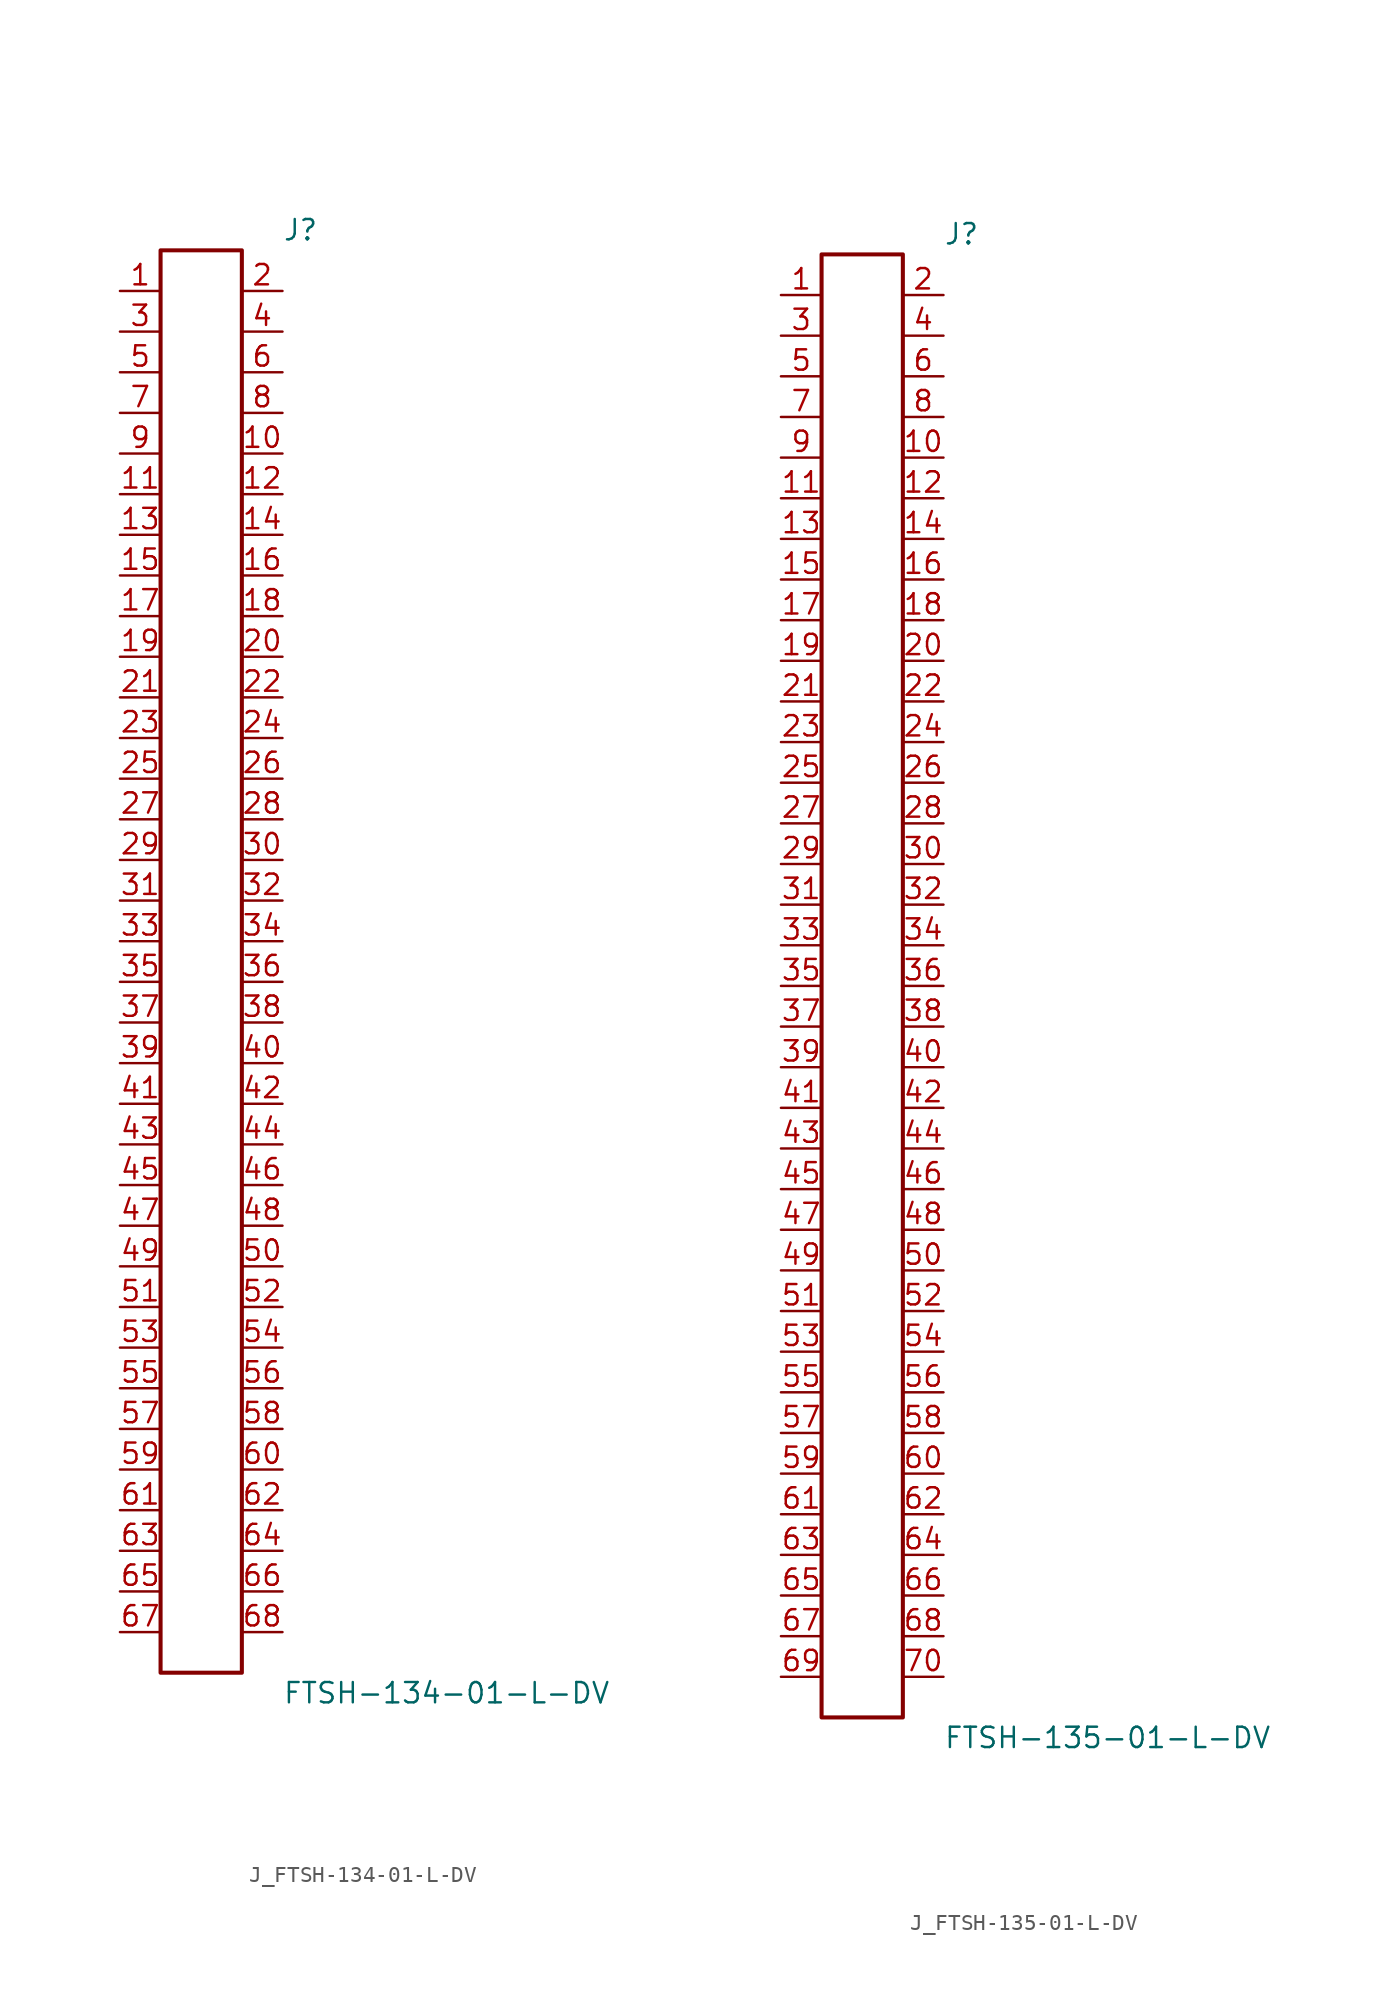
<source format=kicad_sym>
(kicad_symbol_lib
  (version 20231120)
  (generator kicad_symbol_editor)
  (generator_version 8.0)
  (symbol "J_FTSH-134-01-L-DV"
    (pin_names
      (offset 0.254))
    (property "Reference" "J"
      (at 5.08 45.72 0)
      (effects (font (size 1.27 1.27)) (justify left)))
    (property "Value" "FTSH-134-01-L-DV"
      (at 5.08 -45.72 0)
      (effects (font (size 1.27 1.27)) (justify left)))
    (symbol "J_FTSH-134-01-L-DV_0_0"
      (pin passive line (at -5.08 41.91 0) (length 2.54) (name "" (effects (font (size 1.27 1.27)))) (number "1" (effects (font (size 1.27 1.27)))))
      (pin passive line (at 5.08 41.91 180) (length 2.54) (name "" (effects (font (size 1.27 1.27)))) (number "2" (effects (font (size 1.27 1.27)))))
      (pin passive line (at -5.08 39.37 0) (length 2.54) (name "" (effects (font (size 1.27 1.27)))) (number "3" (effects (font (size 1.27 1.27)))))
      (pin passive line (at 5.08 39.37 180) (length 2.54) (name "" (effects (font (size 1.27 1.27)))) (number "4" (effects (font (size 1.27 1.27)))))
      (pin passive line (at -5.08 36.83 0) (length 2.54) (name "" (effects (font (size 1.27 1.27)))) (number "5" (effects (font (size 1.27 1.27)))))
      (pin passive line (at 5.08 36.83 180) (length 2.54) (name "" (effects (font (size 1.27 1.27)))) (number "6" (effects (font (size 1.27 1.27)))))
      (pin passive line (at -5.08 34.29 0) (length 2.54) (name "" (effects (font (size 1.27 1.27)))) (number "7" (effects (font (size 1.27 1.27)))))
      (pin passive line (at 5.08 34.29 180) (length 2.54) (name "" (effects (font (size 1.27 1.27)))) (number "8" (effects (font (size 1.27 1.27)))))
      (pin passive line (at -5.08 31.75 0) (length 2.54) (name "" (effects (font (size 1.27 1.27)))) (number "9" (effects (font (size 1.27 1.27)))))
      (pin passive line (at 5.08 31.75 180) (length 2.54) (name "" (effects (font (size 1.27 1.27)))) (number "10" (effects (font (size 1.27 1.27)))))
      (pin passive line (at -5.08 29.21 0) (length 2.54) (name "" (effects (font (size 1.27 1.27)))) (number "11" (effects (font (size 1.27 1.27)))))
      (pin passive line (at 5.08 29.21 180) (length 2.54) (name "" (effects (font (size 1.27 1.27)))) (number "12" (effects (font (size 1.27 1.27)))))
      (pin passive line (at -5.08 26.67 0) (length 2.54) (name "" (effects (font (size 1.27 1.27)))) (number "13" (effects (font (size 1.27 1.27)))))
      (pin passive line (at 5.08 26.67 180) (length 2.54) (name "" (effects (font (size 1.27 1.27)))) (number "14" (effects (font (size 1.27 1.27)))))
      (pin passive line (at -5.08 24.13 0) (length 2.54) (name "" (effects (font (size 1.27 1.27)))) (number "15" (effects (font (size 1.27 1.27)))))
      (pin passive line (at 5.08 24.13 180) (length 2.54) (name "" (effects (font (size 1.27 1.27)))) (number "16" (effects (font (size 1.27 1.27)))))
      (pin passive line (at -5.08 21.59 0) (length 2.54) (name "" (effects (font (size 1.27 1.27)))) (number "17" (effects (font (size 1.27 1.27)))))
      (pin passive line (at 5.08 21.59 180) (length 2.54) (name "" (effects (font (size 1.27 1.27)))) (number "18" (effects (font (size 1.27 1.27)))))
      (pin passive line (at -5.08 19.05 0) (length 2.54) (name "" (effects (font (size 1.27 1.27)))) (number "19" (effects (font (size 1.27 1.27)))))
      (pin passive line (at 5.08 19.05 180) (length 2.54) (name "" (effects (font (size 1.27 1.27)))) (number "20" (effects (font (size 1.27 1.27)))))
      (pin passive line (at -5.08 16.51 0) (length 2.54) (name "" (effects (font (size 1.27 1.27)))) (number "21" (effects (font (size 1.27 1.27)))))
      (pin passive line (at 5.08 16.51 180) (length 2.54) (name "" (effects (font (size 1.27 1.27)))) (number "22" (effects (font (size 1.27 1.27)))))
      (pin passive line (at -5.08 13.97 0) (length 2.54) (name "" (effects (font (size 1.27 1.27)))) (number "23" (effects (font (size 1.27 1.27)))))
      (pin passive line (at 5.08 13.97 180) (length 2.54) (name "" (effects (font (size 1.27 1.27)))) (number "24" (effects (font (size 1.27 1.27)))))
      (pin passive line (at -5.08 11.43 0) (length 2.54) (name "" (effects (font (size 1.27 1.27)))) (number "25" (effects (font (size 1.27 1.27)))))
      (pin passive line (at 5.08 11.43 180) (length 2.54) (name "" (effects (font (size 1.27 1.27)))) (number "26" (effects (font (size 1.27 1.27)))))
      (pin passive line (at -5.08 8.89 0) (length 2.54) (name "" (effects (font (size 1.27 1.27)))) (number "27" (effects (font (size 1.27 1.27)))))
      (pin passive line (at 5.08 8.89 180) (length 2.54) (name "" (effects (font (size 1.27 1.27)))) (number "28" (effects (font (size 1.27 1.27)))))
      (pin passive line (at -5.08 6.35 0) (length 2.54) (name "" (effects (font (size 1.27 1.27)))) (number "29" (effects (font (size 1.27 1.27)))))
      (pin passive line (at 5.08 6.35 180) (length 2.54) (name "" (effects (font (size 1.27 1.27)))) (number "30" (effects (font (size 1.27 1.27)))))
      (pin passive line (at -5.08 3.81 0) (length 2.54) (name "" (effects (font (size 1.27 1.27)))) (number "31" (effects (font (size 1.27 1.27)))))
      (pin passive line (at 5.08 3.81 180) (length 2.54) (name "" (effects (font (size 1.27 1.27)))) (number "32" (effects (font (size 1.27 1.27)))))
      (pin passive line (at -5.08 1.27 0) (length 2.54) (name "" (effects (font (size 1.27 1.27)))) (number "33" (effects (font (size 1.27 1.27)))))
      (pin passive line (at 5.08 1.27 180) (length 2.54) (name "" (effects (font (size 1.27 1.27)))) (number "34" (effects (font (size 1.27 1.27)))))
      (pin passive line (at -5.08 -1.27 0) (length 2.54) (name "" (effects (font (size 1.27 1.27)))) (number "35" (effects (font (size 1.27 1.27)))))
      (pin passive line (at 5.08 -1.27 180) (length 2.54) (name "" (effects (font (size 1.27 1.27)))) (number "36" (effects (font (size 1.27 1.27)))))
      (pin passive line (at -5.08 -3.81 0) (length 2.54) (name "" (effects (font (size 1.27 1.27)))) (number "37" (effects (font (size 1.27 1.27)))))
      (pin passive line (at 5.08 -3.81 180) (length 2.54) (name "" (effects (font (size 1.27 1.27)))) (number "38" (effects (font (size 1.27 1.27)))))
      (pin passive line (at -5.08 -6.35 0) (length 2.54) (name "" (effects (font (size 1.27 1.27)))) (number "39" (effects (font (size 1.27 1.27)))))
      (pin passive line (at 5.08 -6.35 180) (length 2.54) (name "" (effects (font (size 1.27 1.27)))) (number "40" (effects (font (size 1.27 1.27)))))
      (pin passive line (at -5.08 -8.89 0) (length 2.54) (name "" (effects (font (size 1.27 1.27)))) (number "41" (effects (font (size 1.27 1.27)))))
      (pin passive line (at 5.08 -8.89 180) (length 2.54) (name "" (effects (font (size 1.27 1.27)))) (number "42" (effects (font (size 1.27 1.27)))))
      (pin passive line (at -5.08 -11.43 0) (length 2.54) (name "" (effects (font (size 1.27 1.27)))) (number "43" (effects (font (size 1.27 1.27)))))
      (pin passive line (at 5.08 -11.43 180) (length 2.54) (name "" (effects (font (size 1.27 1.27)))) (number "44" (effects (font (size 1.27 1.27)))))
      (pin passive line (at -5.08 -13.97 0) (length 2.54) (name "" (effects (font (size 1.27 1.27)))) (number "45" (effects (font (size 1.27 1.27)))))
      (pin passive line (at 5.08 -13.97 180) (length 2.54) (name "" (effects (font (size 1.27 1.27)))) (number "46" (effects (font (size 1.27 1.27)))))
      (pin passive line (at -5.08 -16.51 0) (length 2.54) (name "" (effects (font (size 1.27 1.27)))) (number "47" (effects (font (size 1.27 1.27)))))
      (pin passive line (at 5.08 -16.51 180) (length 2.54) (name "" (effects (font (size 1.27 1.27)))) (number "48" (effects (font (size 1.27 1.27)))))
      (pin passive line (at -5.08 -19.05 0) (length 2.54) (name "" (effects (font (size 1.27 1.27)))) (number "49" (effects (font (size 1.27 1.27)))))
      (pin passive line (at 5.08 -19.05 180) (length 2.54) (name "" (effects (font (size 1.27 1.27)))) (number "50" (effects (font (size 1.27 1.27)))))
      (pin passive line (at -5.08 -21.59 0) (length 2.54) (name "" (effects (font (size 1.27 1.27)))) (number "51" (effects (font (size 1.27 1.27)))))
      (pin passive line (at 5.08 -21.59 180) (length 2.54) (name "" (effects (font (size 1.27 1.27)))) (number "52" (effects (font (size 1.27 1.27)))))
      (pin passive line (at -5.08 -24.13 0) (length 2.54) (name "" (effects (font (size 1.27 1.27)))) (number "53" (effects (font (size 1.27 1.27)))))
      (pin passive line (at 5.08 -24.13 180) (length 2.54) (name "" (effects (font (size 1.27 1.27)))) (number "54" (effects (font (size 1.27 1.27)))))
      (pin passive line (at -5.08 -26.67 0) (length 2.54) (name "" (effects (font (size 1.27 1.27)))) (number "55" (effects (font (size 1.27 1.27)))))
      (pin passive line (at 5.08 -26.67 180) (length 2.54) (name "" (effects (font (size 1.27 1.27)))) (number "56" (effects (font (size 1.27 1.27)))))
      (pin passive line (at -5.08 -29.21 0) (length 2.54) (name "" (effects (font (size 1.27 1.27)))) (number "57" (effects (font (size 1.27 1.27)))))
      (pin passive line (at 5.08 -29.21 180) (length 2.54) (name "" (effects (font (size 1.27 1.27)))) (number "58" (effects (font (size 1.27 1.27)))))
      (pin passive line (at -5.08 -31.75 0) (length 2.54) (name "" (effects (font (size 1.27 1.27)))) (number "59" (effects (font (size 1.27 1.27)))))
      (pin passive line (at 5.08 -31.75 180) (length 2.54) (name "" (effects (font (size 1.27 1.27)))) (number "60" (effects (font (size 1.27 1.27)))))
      (pin passive line (at -5.08 -34.29 0) (length 2.54) (name "" (effects (font (size 1.27 1.27)))) (number "61" (effects (font (size 1.27 1.27)))))
      (pin passive line (at 5.08 -34.29 180) (length 2.54) (name "" (effects (font (size 1.27 1.27)))) (number "62" (effects (font (size 1.27 1.27)))))
      (pin passive line (at -5.08 -36.83 0) (length 2.54) (name "" (effects (font (size 1.27 1.27)))) (number "63" (effects (font (size 1.27 1.27)))))
      (pin passive line (at 5.08 -36.83 180) (length 2.54) (name "" (effects (font (size 1.27 1.27)))) (number "64" (effects (font (size 1.27 1.27)))))
      (pin passive line (at -5.08 -39.37 0) (length 2.54) (name "" (effects (font (size 1.27 1.27)))) (number "65" (effects (font (size 1.27 1.27)))))
      (pin passive line (at 5.08 -39.37 180) (length 2.54) (name "" (effects (font (size 1.27 1.27)))) (number "66" (effects (font (size 1.27 1.27)))))
      (pin passive line (at -5.08 -41.91 0) (length 2.54) (name "" (effects (font (size 1.27 1.27)))) (number "67" (effects (font (size 1.27 1.27)))))
      (pin passive line (at 5.08 -41.91 180) (length 2.54) (name "" (effects (font (size 1.27 1.27)))) (number "68" (effects (font (size 1.27 1.27))))))
    (symbol "J_FTSH-134-01-L-DV_1_0"
      (rectangle (start -2.54 44.45) (end 2.54 -44.45) (stroke (width 0.254) (type solid)) (fill (type none)))))
  (symbol "J_FTSH-135-01-L-DV"
    (pin_names
      (offset 0.254))
    (property "Reference" "J"
      (at 5.08 46.99 0)
      (effects (font (size 1.27 1.27)) (justify left)))
    (property "Value" "FTSH-135-01-L-DV"
      (at 5.08 -46.99 0)
      (effects (font (size 1.27 1.27)) (justify left)))
    (symbol "J_FTSH-135-01-L-DV_0_0"
      (pin passive line (at -5.08 43.18 0) (length 2.54) (name "" (effects (font (size 1.27 1.27)))) (number "1" (effects (font (size 1.27 1.27)))))
      (pin passive line (at 5.08 43.18 180) (length 2.54) (name "" (effects (font (size 1.27 1.27)))) (number "2" (effects (font (size 1.27 1.27)))))
      (pin passive line (at -5.08 40.64 0) (length 2.54) (name "" (effects (font (size 1.27 1.27)))) (number "3" (effects (font (size 1.27 1.27)))))
      (pin passive line (at 5.08 40.64 180) (length 2.54) (name "" (effects (font (size 1.27 1.27)))) (number "4" (effects (font (size 1.27 1.27)))))
      (pin passive line (at -5.08 38.1 0) (length 2.54) (name "" (effects (font (size 1.27 1.27)))) (number "5" (effects (font (size 1.27 1.27)))))
      (pin passive line (at 5.08 38.1 180) (length 2.54) (name "" (effects (font (size 1.27 1.27)))) (number "6" (effects (font (size 1.27 1.27)))))
      (pin passive line (at -5.08 35.56 0) (length 2.54) (name "" (effects (font (size 1.27 1.27)))) (number "7" (effects (font (size 1.27 1.27)))))
      (pin passive line (at 5.08 35.56 180) (length 2.54) (name "" (effects (font (size 1.27 1.27)))) (number "8" (effects (font (size 1.27 1.27)))))
      (pin passive line (at -5.08 33.02 0) (length 2.54) (name "" (effects (font (size 1.27 1.27)))) (number "9" (effects (font (size 1.27 1.27)))))
      (pin passive line (at 5.08 33.02 180) (length 2.54) (name "" (effects (font (size 1.27 1.27)))) (number "10" (effects (font (size 1.27 1.27)))))
      (pin passive line (at -5.08 30.48 0) (length 2.54) (name "" (effects (font (size 1.27 1.27)))) (number "11" (effects (font (size 1.27 1.27)))))
      (pin passive line (at 5.08 30.48 180) (length 2.54) (name "" (effects (font (size 1.27 1.27)))) (number "12" (effects (font (size 1.27 1.27)))))
      (pin passive line (at -5.08 27.94 0) (length 2.54) (name "" (effects (font (size 1.27 1.27)))) (number "13" (effects (font (size 1.27 1.27)))))
      (pin passive line (at 5.08 27.94 180) (length 2.54) (name "" (effects (font (size 1.27 1.27)))) (number "14" (effects (font (size 1.27 1.27)))))
      (pin passive line (at -5.08 25.4 0) (length 2.54) (name "" (effects (font (size 1.27 1.27)))) (number "15" (effects (font (size 1.27 1.27)))))
      (pin passive line (at 5.08 25.4 180) (length 2.54) (name "" (effects (font (size 1.27 1.27)))) (number "16" (effects (font (size 1.27 1.27)))))
      (pin passive line (at -5.08 22.86 0) (length 2.54) (name "" (effects (font (size 1.27 1.27)))) (number "17" (effects (font (size 1.27 1.27)))))
      (pin passive line (at 5.08 22.86 180) (length 2.54) (name "" (effects (font (size 1.27 1.27)))) (number "18" (effects (font (size 1.27 1.27)))))
      (pin passive line (at -5.08 20.32 0) (length 2.54) (name "" (effects (font (size 1.27 1.27)))) (number "19" (effects (font (size 1.27 1.27)))))
      (pin passive line (at 5.08 20.32 180) (length 2.54) (name "" (effects (font (size 1.27 1.27)))) (number "20" (effects (font (size 1.27 1.27)))))
      (pin passive line (at -5.08 17.78 0) (length 2.54) (name "" (effects (font (size 1.27 1.27)))) (number "21" (effects (font (size 1.27 1.27)))))
      (pin passive line (at 5.08 17.78 180) (length 2.54) (name "" (effects (font (size 1.27 1.27)))) (number "22" (effects (font (size 1.27 1.27)))))
      (pin passive line (at -5.08 15.24 0) (length 2.54) (name "" (effects (font (size 1.27 1.27)))) (number "23" (effects (font (size 1.27 1.27)))))
      (pin passive line (at 5.08 15.24 180) (length 2.54) (name "" (effects (font (size 1.27 1.27)))) (number "24" (effects (font (size 1.27 1.27)))))
      (pin passive line (at -5.08 12.7 0) (length 2.54) (name "" (effects (font (size 1.27 1.27)))) (number "25" (effects (font (size 1.27 1.27)))))
      (pin passive line (at 5.08 12.7 180) (length 2.54) (name "" (effects (font (size 1.27 1.27)))) (number "26" (effects (font (size 1.27 1.27)))))
      (pin passive line (at -5.08 10.16 0) (length 2.54) (name "" (effects (font (size 1.27 1.27)))) (number "27" (effects (font (size 1.27 1.27)))))
      (pin passive line (at 5.08 10.16 180) (length 2.54) (name "" (effects (font (size 1.27 1.27)))) (number "28" (effects (font (size 1.27 1.27)))))
      (pin passive line (at -5.08 7.62 0) (length 2.54) (name "" (effects (font (size 1.27 1.27)))) (number "29" (effects (font (size 1.27 1.27)))))
      (pin passive line (at 5.08 7.62 180) (length 2.54) (name "" (effects (font (size 1.27 1.27)))) (number "30" (effects (font (size 1.27 1.27)))))
      (pin passive line (at -5.08 5.08 0) (length 2.54) (name "" (effects (font (size 1.27 1.27)))) (number "31" (effects (font (size 1.27 1.27)))))
      (pin passive line (at 5.08 5.08 180) (length 2.54) (name "" (effects (font (size 1.27 1.27)))) (number "32" (effects (font (size 1.27 1.27)))))
      (pin passive line (at -5.08 2.54 0) (length 2.54) (name "" (effects (font (size 1.27 1.27)))) (number "33" (effects (font (size 1.27 1.27)))))
      (pin passive line (at 5.08 2.54 180) (length 2.54) (name "" (effects (font (size 1.27 1.27)))) (number "34" (effects (font (size 1.27 1.27)))))
      (pin passive line (at -5.08 0.0 0) (length 2.54) (name "" (effects (font (size 1.27 1.27)))) (number "35" (effects (font (size 1.27 1.27)))))
      (pin passive line (at 5.08 0.0 180) (length 2.54) (name "" (effects (font (size 1.27 1.27)))) (number "36" (effects (font (size 1.27 1.27)))))
      (pin passive line (at -5.08 -2.54 0) (length 2.54) (name "" (effects (font (size 1.27 1.27)))) (number "37" (effects (font (size 1.27 1.27)))))
      (pin passive line (at 5.08 -2.54 180) (length 2.54) (name "" (effects (font (size 1.27 1.27)))) (number "38" (effects (font (size 1.27 1.27)))))
      (pin passive line (at -5.08 -5.08 0) (length 2.54) (name "" (effects (font (size 1.27 1.27)))) (number "39" (effects (font (size 1.27 1.27)))))
      (pin passive line (at 5.08 -5.08 180) (length 2.54) (name "" (effects (font (size 1.27 1.27)))) (number "40" (effects (font (size 1.27 1.27)))))
      (pin passive line (at -5.08 -7.62 0) (length 2.54) (name "" (effects (font (size 1.27 1.27)))) (number "41" (effects (font (size 1.27 1.27)))))
      (pin passive line (at 5.08 -7.62 180) (length 2.54) (name "" (effects (font (size 1.27 1.27)))) (number "42" (effects (font (size 1.27 1.27)))))
      (pin passive line (at -5.08 -10.16 0) (length 2.54) (name "" (effects (font (size 1.27 1.27)))) (number "43" (effects (font (size 1.27 1.27)))))
      (pin passive line (at 5.08 -10.16 180) (length 2.54) (name "" (effects (font (size 1.27 1.27)))) (number "44" (effects (font (size 1.27 1.27)))))
      (pin passive line (at -5.08 -12.7 0) (length 2.54) (name "" (effects (font (size 1.27 1.27)))) (number "45" (effects (font (size 1.27 1.27)))))
      (pin passive line (at 5.08 -12.7 180) (length 2.54) (name "" (effects (font (size 1.27 1.27)))) (number "46" (effects (font (size 1.27 1.27)))))
      (pin passive line (at -5.08 -15.24 0) (length 2.54) (name "" (effects (font (size 1.27 1.27)))) (number "47" (effects (font (size 1.27 1.27)))))
      (pin passive line (at 5.08 -15.24 180) (length 2.54) (name "" (effects (font (size 1.27 1.27)))) (number "48" (effects (font (size 1.27 1.27)))))
      (pin passive line (at -5.08 -17.78 0) (length 2.54) (name "" (effects (font (size 1.27 1.27)))) (number "49" (effects (font (size 1.27 1.27)))))
      (pin passive line (at 5.08 -17.78 180) (length 2.54) (name "" (effects (font (size 1.27 1.27)))) (number "50" (effects (font (size 1.27 1.27)))))
      (pin passive line (at -5.08 -20.32 0) (length 2.54) (name "" (effects (font (size 1.27 1.27)))) (number "51" (effects (font (size 1.27 1.27)))))
      (pin passive line (at 5.08 -20.32 180) (length 2.54) (name "" (effects (font (size 1.27 1.27)))) (number "52" (effects (font (size 1.27 1.27)))))
      (pin passive line (at -5.08 -22.86 0) (length 2.54) (name "" (effects (font (size 1.27 1.27)))) (number "53" (effects (font (size 1.27 1.27)))))
      (pin passive line (at 5.08 -22.86 180) (length 2.54) (name "" (effects (font (size 1.27 1.27)))) (number "54" (effects (font (size 1.27 1.27)))))
      (pin passive line (at -5.08 -25.4 0) (length 2.54) (name "" (effects (font (size 1.27 1.27)))) (number "55" (effects (font (size 1.27 1.27)))))
      (pin passive line (at 5.08 -25.4 180) (length 2.54) (name "" (effects (font (size 1.27 1.27)))) (number "56" (effects (font (size 1.27 1.27)))))
      (pin passive line (at -5.08 -27.94 0) (length 2.54) (name "" (effects (font (size 1.27 1.27)))) (number "57" (effects (font (size 1.27 1.27)))))
      (pin passive line (at 5.08 -27.94 180) (length 2.54) (name "" (effects (font (size 1.27 1.27)))) (number "58" (effects (font (size 1.27 1.27)))))
      (pin passive line (at -5.08 -30.48 0) (length 2.54) (name "" (effects (font (size 1.27 1.27)))) (number "59" (effects (font (size 1.27 1.27)))))
      (pin passive line (at 5.08 -30.48 180) (length 2.54) (name "" (effects (font (size 1.27 1.27)))) (number "60" (effects (font (size 1.27 1.27)))))
      (pin passive line (at -5.08 -33.02 0) (length 2.54) (name "" (effects (font (size 1.27 1.27)))) (number "61" (effects (font (size 1.27 1.27)))))
      (pin passive line (at 5.08 -33.02 180) (length 2.54) (name "" (effects (font (size 1.27 1.27)))) (number "62" (effects (font (size 1.27 1.27)))))
      (pin passive line (at -5.08 -35.56 0) (length 2.54) (name "" (effects (font (size 1.27 1.27)))) (number "63" (effects (font (size 1.27 1.27)))))
      (pin passive line (at 5.08 -35.56 180) (length 2.54) (name "" (effects (font (size 1.27 1.27)))) (number "64" (effects (font (size 1.27 1.27)))))
      (pin passive line (at -5.08 -38.1 0) (length 2.54) (name "" (effects (font (size 1.27 1.27)))) (number "65" (effects (font (size 1.27 1.27)))))
      (pin passive line (at 5.08 -38.1 180) (length 2.54) (name "" (effects (font (size 1.27 1.27)))) (number "66" (effects (font (size 1.27 1.27)))))
      (pin passive line (at -5.08 -40.64 0) (length 2.54) (name "" (effects (font (size 1.27 1.27)))) (number "67" (effects (font (size 1.27 1.27)))))
      (pin passive line (at 5.08 -40.64 180) (length 2.54) (name "" (effects (font (size 1.27 1.27)))) (number "68" (effects (font (size 1.27 1.27)))))
      (pin passive line (at -5.08 -43.18 0) (length 2.54) (name "" (effects (font (size 1.27 1.27)))) (number "69" (effects (font (size 1.27 1.27)))))
      (pin passive line (at 5.08 -43.18 180) (length 2.54) (name "" (effects (font (size 1.27 1.27)))) (number "70" (effects (font (size 1.27 1.27))))))
    (symbol "J_FTSH-135-01-L-DV_1_0"
      (rectangle (start -2.54 45.72) (end 2.54 -45.72) (stroke (width 0.254) (type solid)) (fill (type none))))))
</source>
